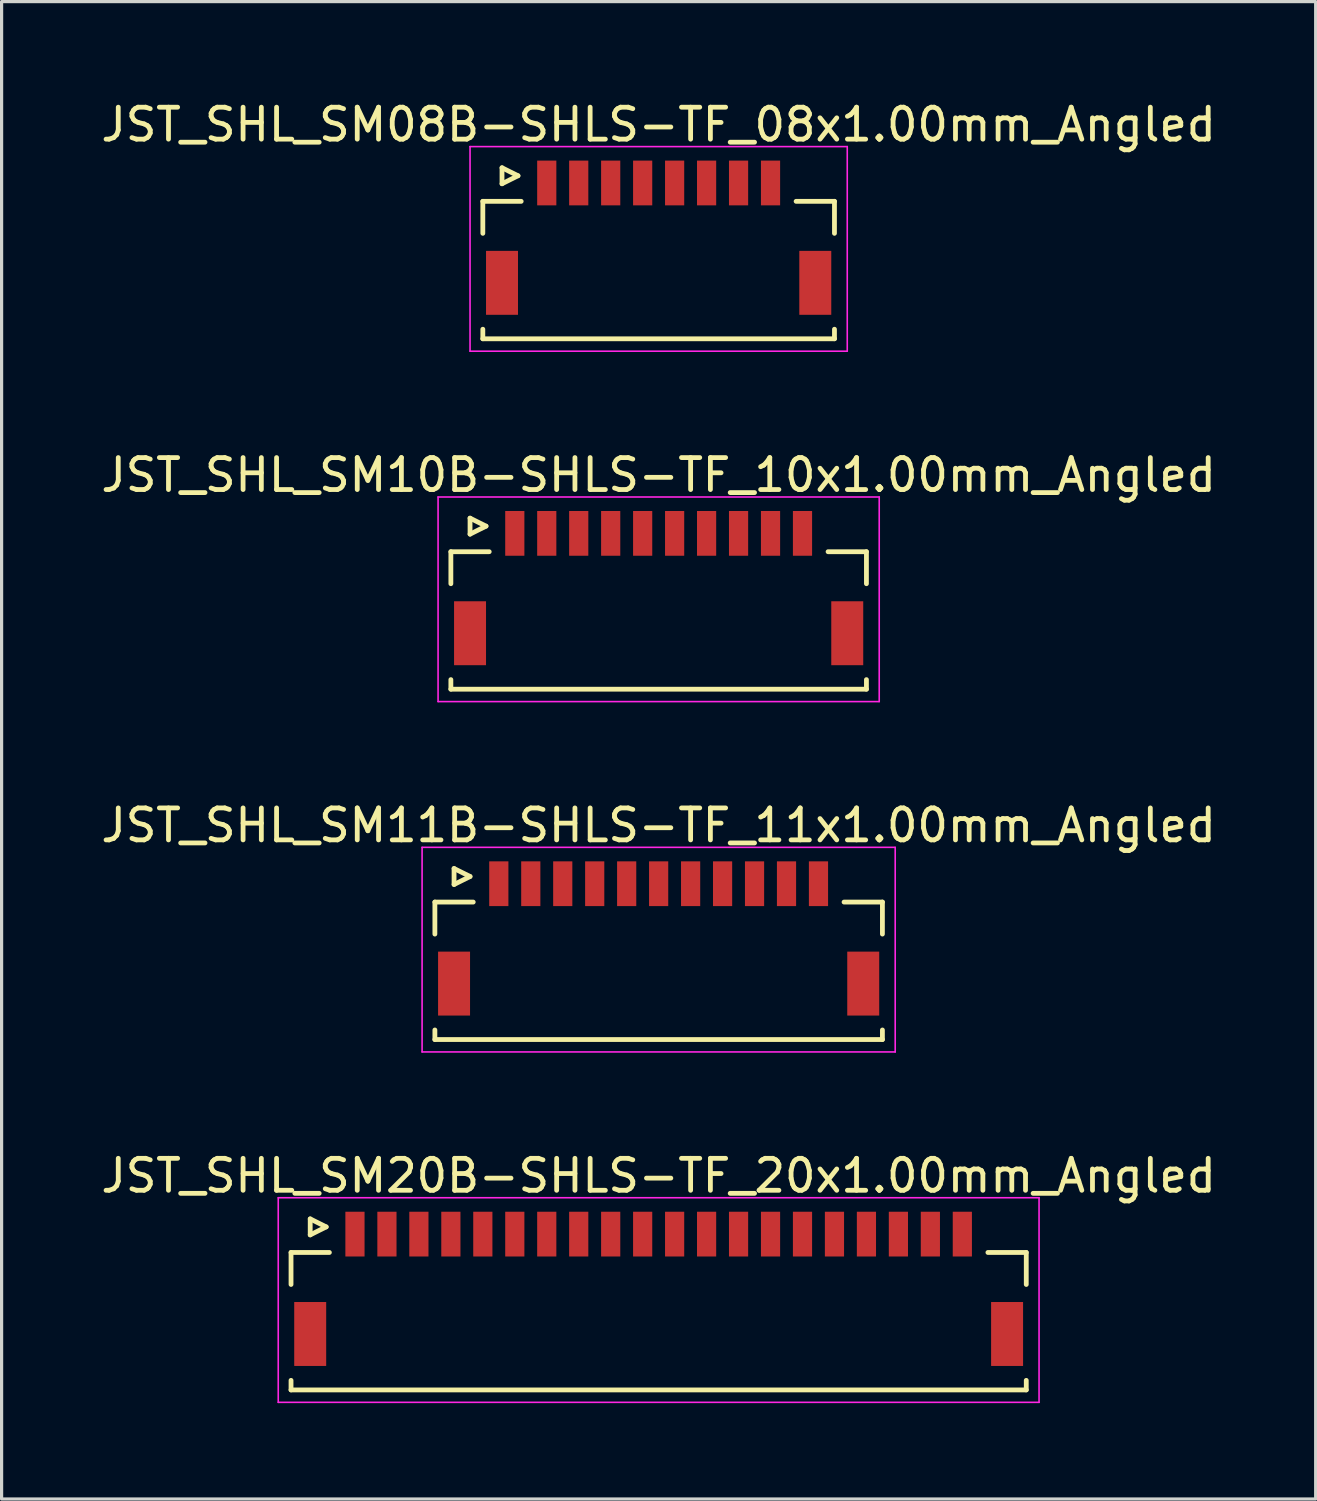
<source format=kicad_pcb>
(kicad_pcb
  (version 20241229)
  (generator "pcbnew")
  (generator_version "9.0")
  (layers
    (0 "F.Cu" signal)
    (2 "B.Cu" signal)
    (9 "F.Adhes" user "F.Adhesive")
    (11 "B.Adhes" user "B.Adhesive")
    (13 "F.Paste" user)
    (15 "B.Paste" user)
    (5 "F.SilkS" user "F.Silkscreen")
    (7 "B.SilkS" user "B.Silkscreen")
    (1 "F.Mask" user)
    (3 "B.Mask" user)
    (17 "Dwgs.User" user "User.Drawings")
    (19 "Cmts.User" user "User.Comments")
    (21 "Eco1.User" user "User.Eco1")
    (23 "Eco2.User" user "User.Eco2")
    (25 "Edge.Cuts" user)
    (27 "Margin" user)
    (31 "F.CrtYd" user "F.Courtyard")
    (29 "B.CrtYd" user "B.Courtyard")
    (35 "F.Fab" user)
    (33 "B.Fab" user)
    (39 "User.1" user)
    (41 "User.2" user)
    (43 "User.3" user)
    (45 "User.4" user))
  (footprint "JST_SHL_SM20B-SHLS-TF_20x1.00mm_Angled"
    (layer "F.Cu")
    (at 17.554 37.118)
    (property "Reference" "JST_SHL_SM20B-SHLS-TF_20x1.00mm_Angled" (at 0 -3.388 0) (layer "F.SilkS") (effects (font (size 1 1) (thickness 0.15))))
    (attr smd)
    (fp_line (start -11.5 -0.988) (end -10.3 -0.988) (stroke (width 0.15) (type solid)) (layer "F.SilkS"))
    (fp_line (start -11.5 0.013) (end -11.5 -0.988) (stroke (width 0.15) (type solid)) (layer "F.SilkS"))
    (fp_line (start -11.5 3.013) (end -11.5 3.312) (stroke (width 0.15) (type solid)) (layer "F.SilkS"))
    (fp_line (start -11.5 3.312) (end 11.5 3.312) (stroke (width 0.15) (type solid)) (layer "F.SilkS"))
    (fp_line (start -10.9 -2.038) (end -10.9 -1.538) (stroke (width 0.15) (type solid)) (layer "F.SilkS"))
    (fp_line (start -10.9 -1.538) (end -10.4 -1.788) (stroke (width 0.15) (type solid)) (layer "F.SilkS"))
    (fp_line (start -10.4 -1.788) (end -10.9 -2.038) (stroke (width 0.15) (type solid)) (layer "F.SilkS"))
    (fp_line (start 11.5 -0.988) (end 10.3 -0.988) (stroke (width 0.15) (type solid)) (layer "F.SilkS"))
    (fp_line (start 11.5 0.013) (end 11.5 -0.988) (stroke (width 0.15) (type solid)) (layer "F.SilkS"))
    (fp_line (start 11.5 3.312) (end 11.5 3.013) (stroke (width 0.15) (type solid)) (layer "F.SilkS"))
    (fp_line (start -11.9 -2.7) (end -11.9 3.7) (stroke (width 0.05) (type solid)) (layer "F.CrtYd"))
    (fp_line (start -11.9 3.7) (end 11.9 3.7) (stroke (width 0.05) (type solid)) (layer "F.CrtYd"))
    (fp_line (start 11.9 -2.7) (end -11.9 -2.7) (stroke (width 0.05) (type solid)) (layer "F.CrtYd"))
    (fp_line (start 11.9 3.7) (end 11.9 -2.7) (stroke (width 0.05) (type solid)) (layer "F.CrtYd"))
    (pad "" smd rect (at -10.9 1.562) (size 1 2) (layers "F.Cu" "F.Mask" "F.Paste"))
    (pad "" smd rect (at 10.9 1.562) (size 1 2) (layers "F.Cu" "F.Mask" "F.Paste"))
    (pad "1" smd rect (at -9.5 -1.562) (size 0.6 1.4) (layers "F.Cu" "F.Mask" "F.Paste"))
    (pad "2" smd rect (at -8.5 -1.562) (size 0.6 1.4) (layers "F.Cu" "F.Mask" "F.Paste"))
    (pad "3" smd rect (at -7.5 -1.562) (size 0.6 1.4) (layers "F.Cu" "F.Mask" "F.Paste"))
    (pad "4" smd rect (at -6.5 -1.562) (size 0.6 1.4) (layers "F.Cu" "F.Mask" "F.Paste"))
    (pad "5" smd rect (at -5.5 -1.562) (size 0.6 1.4) (layers "F.Cu" "F.Mask" "F.Paste"))
    (pad "6" smd rect (at -4.5 -1.562) (size 0.6 1.4) (layers "F.Cu" "F.Mask" "F.Paste"))
    (pad "7" smd rect (at -3.5 -1.562) (size 0.6 1.4) (layers "F.Cu" "F.Mask" "F.Paste"))
    (pad "8" smd rect (at -2.5 -1.562) (size 0.6 1.4) (layers "F.Cu" "F.Mask" "F.Paste"))
    (pad "9" smd rect (at -1.5 -1.562) (size 0.6 1.4) (layers "F.Cu" "F.Mask" "F.Paste"))
    (pad "10" smd rect (at -0.5 -1.562) (size 0.6 1.4) (layers "F.Cu" "F.Mask" "F.Paste"))
    (pad "11" smd rect (at 0.5 -1.562) (size 0.6 1.4) (layers "F.Cu" "F.Mask" "F.Paste"))
    (pad "12" smd rect (at 1.5 -1.562) (size 0.6 1.4) (layers "F.Cu" "F.Mask" "F.Paste"))
    (pad "13" smd rect (at 2.5 -1.562) (size 0.6 1.4) (layers "F.Cu" "F.Mask" "F.Paste"))
    (pad "14" smd rect (at 3.5 -1.562) (size 0.6 1.4) (layers "F.Cu" "F.Mask" "F.Paste"))
    (pad "15" smd rect (at 4.5 -1.562) (size 0.6 1.4) (layers "F.Cu" "F.Mask" "F.Paste"))
    (pad "16" smd rect (at 5.5 -1.562) (size 0.6 1.4) (layers "F.Cu" "F.Mask" "F.Paste"))
    (pad "17" smd rect (at 6.5 -1.562) (size 0.6 1.4) (layers "F.Cu" "F.Mask" "F.Paste"))
    (pad "18" smd rect (at 7.5 -1.562) (size 0.6 1.4) (layers "F.Cu" "F.Mask" "F.Paste"))
    (pad "19" smd rect (at 8.5 -1.562) (size 0.6 1.4) (layers "F.Cu" "F.Mask" "F.Paste"))
    (pad "20" smd rect (at 9.5 -1.562) (size 0.6 1.4) (layers "F.Cu" "F.Mask" "F.Paste")))
  (footprint "JST_SHL_SM08B-SHLS-TF_08x1.00mm_Angled"
    (layer "F.Cu")
    (at 17.554 4.236)
    (property "Reference" "JST_SHL_SM08B-SHLS-TF_08x1.00mm_Angled" (at 0 -3.388 0) (layer "F.SilkS") (effects (font (size 1 1) (thickness 0.15))))
    (attr smd)
    (fp_line (start -5.5 -0.988) (end -4.3 -0.988) (stroke (width 0.15) (type solid)) (layer "F.SilkS"))
    (fp_line (start -5.5 0.013) (end -5.5 -0.988) (stroke (width 0.15) (type solid)) (layer "F.SilkS"))
    (fp_line (start -5.5 3.013) (end -5.5 3.312) (stroke (width 0.15) (type solid)) (layer "F.SilkS"))
    (fp_line (start -5.5 3.312) (end 5.5 3.312) (stroke (width 0.15) (type solid)) (layer "F.SilkS"))
    (fp_line (start -4.9 -2.038) (end -4.9 -1.538) (stroke (width 0.15) (type solid)) (layer "F.SilkS"))
    (fp_line (start -4.9 -1.538) (end -4.4 -1.788) (stroke (width 0.15) (type solid)) (layer "F.SilkS"))
    (fp_line (start -4.4 -1.788) (end -4.9 -2.038) (stroke (width 0.15) (type solid)) (layer "F.SilkS"))
    (fp_line (start 5.5 -0.988) (end 4.3 -0.988) (stroke (width 0.15) (type solid)) (layer "F.SilkS"))
    (fp_line (start 5.5 0.013) (end 5.5 -0.988) (stroke (width 0.15) (type solid)) (layer "F.SilkS"))
    (fp_line (start 5.5 3.312) (end 5.5 3.013) (stroke (width 0.15) (type solid)) (layer "F.SilkS"))
    (fp_line (start -5.9 -2.7) (end -5.9 3.7) (stroke (width 0.05) (type solid)) (layer "F.CrtYd"))
    (fp_line (start -5.9 3.7) (end 5.9 3.7) (stroke (width 0.05) (type solid)) (layer "F.CrtYd"))
    (fp_line (start 5.9 -2.7) (end -5.9 -2.7) (stroke (width 0.05) (type solid)) (layer "F.CrtYd"))
    (fp_line (start 5.9 3.7) (end 5.9 -2.7) (stroke (width 0.05) (type solid)) (layer "F.CrtYd"))
    (pad "" smd rect (at -4.9 1.562) (size 1 2) (layers "F.Cu" "F.Mask" "F.Paste"))
    (pad "" smd rect (at 4.9 1.562) (size 1 2) (layers "F.Cu" "F.Mask" "F.Paste"))
    (pad "1" smd rect (at -3.5 -1.562) (size 0.6 1.4) (layers "F.Cu" "F.Mask" "F.Paste"))
    (pad "2" smd rect (at -2.5 -1.562) (size 0.6 1.4) (layers "F.Cu" "F.Mask" "F.Paste"))
    (pad "3" smd rect (at -1.5 -1.562) (size 0.6 1.4) (layers "F.Cu" "F.Mask" "F.Paste"))
    (pad "4" smd rect (at -0.5 -1.562) (size 0.6 1.4) (layers "F.Cu" "F.Mask" "F.Paste"))
    (pad "5" smd rect (at 0.5 -1.562) (size 0.6 1.4) (layers "F.Cu" "F.Mask" "F.Paste"))
    (pad "6" smd rect (at 1.5 -1.562) (size 0.6 1.4) (layers "F.Cu" "F.Mask" "F.Paste"))
    (pad "7" smd rect (at 2.5 -1.562) (size 0.6 1.4) (layers "F.Cu" "F.Mask" "F.Paste"))
    (pad "8" smd rect (at 3.5 -1.562) (size 0.6 1.4) (layers "F.Cu" "F.Mask" "F.Paste")))
  (footprint "JST_SHL_SM11B-SHLS-TF_11x1.00mm_Angled"
    (layer "F.Cu")
    (at 17.554 26.157)
    (property "Reference" "JST_SHL_SM11B-SHLS-TF_11x1.00mm_Angled" (at 0 -3.388 0) (layer "F.SilkS") (effects (font (size 1 1) (thickness 0.15))))
    (attr smd)
    (fp_line (start -7 -0.988) (end -5.8 -0.988) (stroke (width 0.15) (type solid)) (layer "F.SilkS"))
    (fp_line (start -7 0.013) (end -7 -0.988) (stroke (width 0.15) (type solid)) (layer "F.SilkS"))
    (fp_line (start -7 3.013) (end -7 3.312) (stroke (width 0.15) (type solid)) (layer "F.SilkS"))
    (fp_line (start -7 3.312) (end 7 3.312) (stroke (width 0.15) (type solid)) (layer "F.SilkS"))
    (fp_line (start -6.4 -2.038) (end -6.4 -1.538) (stroke (width 0.15) (type solid)) (layer "F.SilkS"))
    (fp_line (start -6.4 -1.538) (end -5.9 -1.788) (stroke (width 0.15) (type solid)) (layer "F.SilkS"))
    (fp_line (start -5.9 -1.788) (end -6.4 -2.038) (stroke (width 0.15) (type solid)) (layer "F.SilkS"))
    (fp_line (start 7 -0.988) (end 5.8 -0.988) (stroke (width 0.15) (type solid)) (layer "F.SilkS"))
    (fp_line (start 7 0.013) (end 7 -0.988) (stroke (width 0.15) (type solid)) (layer "F.SilkS"))
    (fp_line (start 7 3.312) (end 7 3.013) (stroke (width 0.15) (type solid)) (layer "F.SilkS"))
    (fp_line (start -7.4 -2.7) (end -7.4 3.7) (stroke (width 0.05) (type solid)) (layer "F.CrtYd"))
    (fp_line (start -7.4 3.7) (end 7.4 3.7) (stroke (width 0.05) (type solid)) (layer "F.CrtYd"))
    (fp_line (start 7.4 -2.7) (end -7.4 -2.7) (stroke (width 0.05) (type solid)) (layer "F.CrtYd"))
    (fp_line (start 7.4 3.7) (end 7.4 -2.7) (stroke (width 0.05) (type solid)) (layer "F.CrtYd"))
    (pad "" smd rect (at -6.4 1.562) (size 1 2) (layers "F.Cu" "F.Mask" "F.Paste"))
    (pad "" smd rect (at 6.4 1.562) (size 1 2) (layers "F.Cu" "F.Mask" "F.Paste"))
    (pad "1" smd rect (at -5 -1.562) (size 0.6 1.4) (layers "F.Cu" "F.Mask" "F.Paste"))
    (pad "2" smd rect (at -4 -1.562) (size 0.6 1.4) (layers "F.Cu" "F.Mask" "F.Paste"))
    (pad "3" smd rect (at -3 -1.562) (size 0.6 1.4) (layers "F.Cu" "F.Mask" "F.Paste"))
    (pad "4" smd rect (at -2 -1.562) (size 0.6 1.4) (layers "F.Cu" "F.Mask" "F.Paste"))
    (pad "5" smd rect (at -1 -1.562) (size 0.6 1.4) (layers "F.Cu" "F.Mask" "F.Paste"))
    (pad "6" smd rect (at 0 -1.562) (size 0.6 1.4) (layers "F.Cu" "F.Mask" "F.Paste"))
    (pad "7" smd rect (at 1 -1.562) (size 0.6 1.4) (layers "F.Cu" "F.Mask" "F.Paste"))
    (pad "8" smd rect (at 2 -1.562) (size 0.6 1.4) (layers "F.Cu" "F.Mask" "F.Paste"))
    (pad "9" smd rect (at 3 -1.562) (size 0.6 1.4) (layers "F.Cu" "F.Mask" "F.Paste"))
    (pad "10" smd rect (at 4 -1.562) (size 0.6 1.4) (layers "F.Cu" "F.Mask" "F.Paste"))
    (pad "11" smd rect (at 5 -1.562) (size 0.6 1.4) (layers "F.Cu" "F.Mask" "F.Paste")))
  (footprint "JST_SHL_SM10B-SHLS-TF_10x1.00mm_Angled"
    (layer "F.Cu")
    (at 17.554 15.197)
    (property "Reference" "JST_SHL_SM10B-SHLS-TF_10x1.00mm_Angled" (at 0 -3.388 0) (layer "F.SilkS") (effects (font (size 1 1) (thickness 0.15))))
    (attr smd)
    (fp_line (start -6.5 -0.988) (end -5.3 -0.988) (stroke (width 0.15) (type solid)) (layer "F.SilkS"))
    (fp_line (start -6.5 0.013) (end -6.5 -0.988) (stroke (width 0.15) (type solid)) (layer "F.SilkS"))
    (fp_line (start -6.5 3.013) (end -6.5 3.312) (stroke (width 0.15) (type solid)) (layer "F.SilkS"))
    (fp_line (start -6.5 3.312) (end 6.5 3.312) (stroke (width 0.15) (type solid)) (layer "F.SilkS"))
    (fp_line (start -5.9 -2.038) (end -5.9 -1.538) (stroke (width 0.15) (type solid)) (layer "F.SilkS"))
    (fp_line (start -5.9 -1.538) (end -5.4 -1.788) (stroke (width 0.15) (type solid)) (layer "F.SilkS"))
    (fp_line (start -5.4 -1.788) (end -5.9 -2.038) (stroke (width 0.15) (type solid)) (layer "F.SilkS"))
    (fp_line (start 6.5 -0.988) (end 5.3 -0.988) (stroke (width 0.15) (type solid)) (layer "F.SilkS"))
    (fp_line (start 6.5 0.013) (end 6.5 -0.988) (stroke (width 0.15) (type solid)) (layer "F.SilkS"))
    (fp_line (start 6.5 3.312) (end 6.5 3.013) (stroke (width 0.15) (type solid)) (layer "F.SilkS"))
    (fp_line (start -6.9 -2.7) (end -6.9 3.7) (stroke (width 0.05) (type solid)) (layer "F.CrtYd"))
    (fp_line (start -6.9 3.7) (end 6.9 3.7) (stroke (width 0.05) (type solid)) (layer "F.CrtYd"))
    (fp_line (start 6.9 -2.7) (end -6.9 -2.7) (stroke (width 0.05) (type solid)) (layer "F.CrtYd"))
    (fp_line (start 6.9 3.7) (end 6.9 -2.7) (stroke (width 0.05) (type solid)) (layer "F.CrtYd"))
    (pad "" smd rect (at -5.9 1.562) (size 1 2) (layers "F.Cu" "F.Mask" "F.Paste"))
    (pad "" smd rect (at 5.9 1.562) (size 1 2) (layers "F.Cu" "F.Mask" "F.Paste"))
    (pad "1" smd rect (at -4.5 -1.562) (size 0.6 1.4) (layers "F.Cu" "F.Mask" "F.Paste"))
    (pad "2" smd rect (at -3.5 -1.562) (size 0.6 1.4) (layers "F.Cu" "F.Mask" "F.Paste"))
    (pad "3" smd rect (at -2.5 -1.562) (size 0.6 1.4) (layers "F.Cu" "F.Mask" "F.Paste"))
    (pad "4" smd rect (at -1.5 -1.562) (size 0.6 1.4) (layers "F.Cu" "F.Mask" "F.Paste"))
    (pad "5" smd rect (at -0.5 -1.562) (size 0.6 1.4) (layers "F.Cu" "F.Mask" "F.Paste"))
    (pad "6" smd rect (at 0.5 -1.562) (size 0.6 1.4) (layers "F.Cu" "F.Mask" "F.Paste"))
    (pad "7" smd rect (at 1.5 -1.562) (size 0.6 1.4) (layers "F.Cu" "F.Mask" "F.Paste"))
    (pad "8" smd rect (at 2.5 -1.562) (size 0.6 1.4) (layers "F.Cu" "F.Mask" "F.Paste"))
    (pad "9" smd rect (at 3.5 -1.562) (size 0.6 1.4) (layers "F.Cu" "F.Mask" "F.Paste"))
    (pad "10" smd rect (at 4.5 -1.562) (size 0.6 1.4) (layers "F.Cu" "F.Mask" "F.Paste")))
  (gr_rect
    (start -3 -3)
    (end 38.107 43.843)
    (stroke (width 0.1) (type default))
    (fill no)
    (layer "Edge.Cuts")))
</source>
